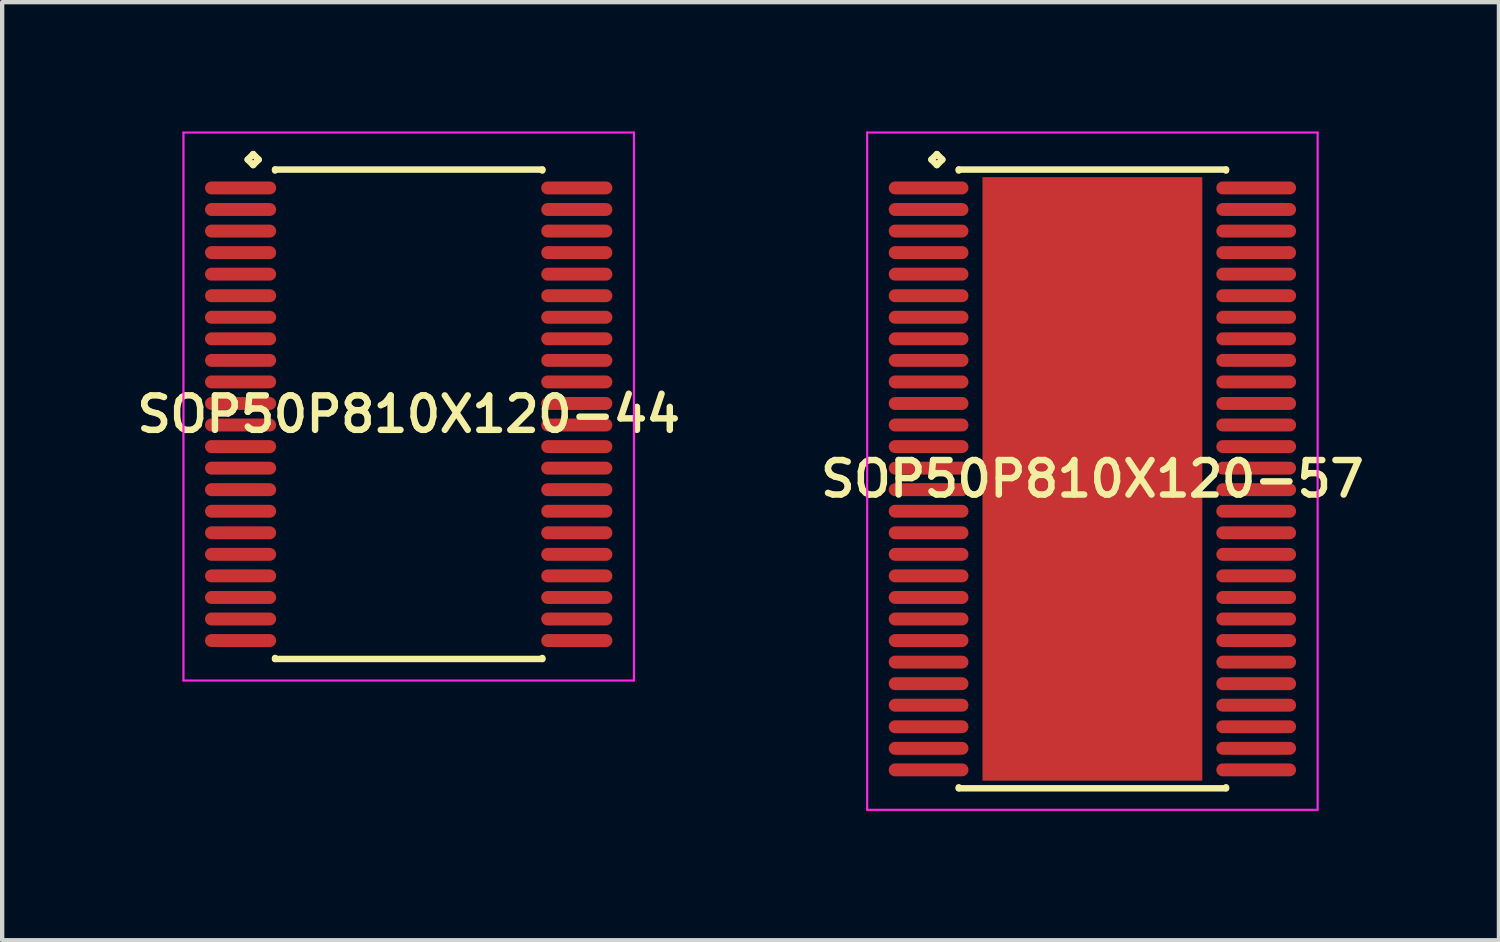
<source format=kicad_pcb>
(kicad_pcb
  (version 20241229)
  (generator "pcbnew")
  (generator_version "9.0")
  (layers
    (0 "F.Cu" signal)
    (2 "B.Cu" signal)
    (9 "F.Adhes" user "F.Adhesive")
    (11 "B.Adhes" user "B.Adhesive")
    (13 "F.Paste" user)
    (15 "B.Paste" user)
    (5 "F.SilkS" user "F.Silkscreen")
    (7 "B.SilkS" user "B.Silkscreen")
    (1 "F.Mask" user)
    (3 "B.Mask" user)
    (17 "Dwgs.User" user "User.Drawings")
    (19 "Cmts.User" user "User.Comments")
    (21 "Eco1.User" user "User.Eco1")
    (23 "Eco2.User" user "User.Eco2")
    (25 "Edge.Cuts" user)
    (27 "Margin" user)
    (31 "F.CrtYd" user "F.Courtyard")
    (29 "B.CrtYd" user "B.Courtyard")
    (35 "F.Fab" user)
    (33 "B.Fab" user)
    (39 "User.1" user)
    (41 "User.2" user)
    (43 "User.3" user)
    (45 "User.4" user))
  (footprint "SOP50P810X120-44"
    (layer "F.Cu")
    (at 6.431 6.56)
    (property "Reference" "SOP50P810X120-44" (at 0 0 0) (layer "F.SilkS") (effects (font (size 0.8 0.8) (thickness 0.15))))
    (attr smd)
    (fp_line (start -3.735 -5.908) (end -3.608 -6.035) (stroke (width 0.15) (type solid)) (layer "F.SilkS"))
    (fp_line (start -3.608 -6.035) (end -3.481 -5.908) (stroke (width 0.15) (type solid)) (layer "F.SilkS"))
    (fp_line (start -3.608 -5.781) (end -3.735 -5.908) (stroke (width 0.15) (type solid)) (layer "F.SilkS"))
    (fp_line (start -3.481 -5.908) (end -3.608 -5.781) (stroke (width 0.15) (type solid)) (layer "F.SilkS"))
    (fp_line (start -3.1 -5.677) (end 3.1 -5.677) (stroke (width 0.15) (type solid)) (layer "F.SilkS"))
    (fp_line (start -3.1 -5.654) (end -3.1 -5.677) (stroke (width 0.15) (type solid)) (layer "F.SilkS"))
    (fp_line (start -3.1 5.654) (end -3.1 5.677) (stroke (width 0.15) (type solid)) (layer "F.SilkS"))
    (fp_line (start -3.1 5.677) (end 3.1 5.677) (stroke (width 0.15) (type solid)) (layer "F.SilkS"))
    (fp_line (start 3.1 -5.677) (end 3.1 -5.654) (stroke (width 0.15) (type solid)) (layer "F.SilkS"))
    (fp_line (start 3.1 5.677) (end 3.1 5.654) (stroke (width 0.15) (type solid)) (layer "F.SilkS"))
    (fp_line (start -5.225 -6.535) (end 5.225 -6.535) (stroke (width 0.05) (type solid)) (layer "F.CrtYd"))
    (fp_line (start -5.225 6.177) (end -5.225 -6.535) (stroke (width 0.05) (type solid)) (layer "F.CrtYd"))
    (fp_line (start 5.225 -6.535) (end 5.225 6.177) (stroke (width 0.05) (type solid)) (layer "F.CrtYd"))
    (fp_line (start 5.225 6.177) (end -5.225 6.177) (stroke (width 0.05) (type solid)) (layer "F.CrtYd"))
    (pad "1" smd oval (at -3.9 -5.25) (size 1.65 0.3) (layers "F.Cu" "F.Mask" "F.Paste"))
    (pad "2" smd oval (at -3.9 -4.75) (size 1.65 0.3) (layers "F.Cu" "F.Mask" "F.Paste"))
    (pad "3" smd oval (at -3.9 -4.25) (size 1.65 0.3) (layers "F.Cu" "F.Mask" "F.Paste"))
    (pad "4" smd oval (at -3.9 -3.75) (size 1.65 0.3) (layers "F.Cu" "F.Mask" "F.Paste"))
    (pad "5" smd oval (at -3.9 -3.25) (size 1.65 0.3) (layers "F.Cu" "F.Mask" "F.Paste"))
    (pad "6" smd oval (at -3.9 -2.75) (size 1.65 0.3) (layers "F.Cu" "F.Mask" "F.Paste"))
    (pad "7" smd oval (at -3.9 -2.25) (size 1.65 0.3) (layers "F.Cu" "F.Mask" "F.Paste"))
    (pad "8" smd oval (at -3.9 -1.75) (size 1.65 0.3) (layers "F.Cu" "F.Mask" "F.Paste"))
    (pad "9" smd oval (at -3.9 -1.25) (size 1.65 0.3) (layers "F.Cu" "F.Mask" "F.Paste"))
    (pad "10" smd oval (at -3.9 -0.75) (size 1.65 0.3) (layers "F.Cu" "F.Mask" "F.Paste"))
    (pad "11" smd oval (at -3.9 -0.25) (size 1.65 0.3) (layers "F.Cu" "F.Mask" "F.Paste"))
    (pad "12" smd oval (at -3.9 0.25) (size 1.65 0.3) (layers "F.Cu" "F.Mask" "F.Paste"))
    (pad "13" smd oval (at -3.9 0.75) (size 1.65 0.3) (layers "F.Cu" "F.Mask" "F.Paste"))
    (pad "14" smd oval (at -3.9 1.25) (size 1.65 0.3) (layers "F.Cu" "F.Mask" "F.Paste"))
    (pad "15" smd oval (at -3.9 1.75) (size 1.65 0.3) (layers "F.Cu" "F.Mask" "F.Paste"))
    (pad "16" smd oval (at -3.9 2.25) (size 1.65 0.3) (layers "F.Cu" "F.Mask" "F.Paste"))
    (pad "17" smd oval (at -3.9 2.75) (size 1.65 0.3) (layers "F.Cu" "F.Mask" "F.Paste"))
    (pad "18" smd oval (at -3.9 3.25) (size 1.65 0.3) (layers "F.Cu" "F.Mask" "F.Paste"))
    (pad "19" smd oval (at -3.9 3.75) (size 1.65 0.3) (layers "F.Cu" "F.Mask" "F.Paste"))
    (pad "20" smd oval (at -3.9 4.25) (size 1.65 0.3) (layers "F.Cu" "F.Mask" "F.Paste"))
    (pad "21" smd oval (at -3.9 4.75) (size 1.65 0.3) (layers "F.Cu" "F.Mask" "F.Paste"))
    (pad "22" smd oval (at -3.9 5.25) (size 1.65 0.3) (layers "F.Cu" "F.Mask" "F.Paste"))
    (pad "23" smd oval (at 3.9 5.25) (size 1.65 0.3) (layers "F.Cu" "F.Mask" "F.Paste"))
    (pad "24" smd oval (at 3.9 4.75) (size 1.65 0.3) (layers "F.Cu" "F.Mask" "F.Paste"))
    (pad "25" smd oval (at 3.9 4.25) (size 1.65 0.3) (layers "F.Cu" "F.Mask" "F.Paste"))
    (pad "26" smd oval (at 3.9 3.75) (size 1.65 0.3) (layers "F.Cu" "F.Mask" "F.Paste"))
    (pad "27" smd oval (at 3.9 3.25) (size 1.65 0.3) (layers "F.Cu" "F.Mask" "F.Paste"))
    (pad "28" smd oval (at 3.9 2.75) (size 1.65 0.3) (layers "F.Cu" "F.Mask" "F.Paste"))
    (pad "29" smd oval (at 3.9 2.25) (size 1.65 0.3) (layers "F.Cu" "F.Mask" "F.Paste"))
    (pad "30" smd oval (at 3.9 1.75) (size 1.65 0.3) (layers "F.Cu" "F.Mask" "F.Paste"))
    (pad "31" smd oval (at 3.9 1.25) (size 1.65 0.3) (layers "F.Cu" "F.Mask" "F.Paste"))
    (pad "32" smd oval (at 3.9 0.75) (size 1.65 0.3) (layers "F.Cu" "F.Mask" "F.Paste"))
    (pad "33" smd oval (at 3.9 0.25) (size 1.65 0.3) (layers "F.Cu" "F.Mask" "F.Paste"))
    (pad "34" smd oval (at 3.9 -0.25) (size 1.65 0.3) (layers "F.Cu" "F.Mask" "F.Paste"))
    (pad "35" smd oval (at 3.9 -0.75) (size 1.65 0.3) (layers "F.Cu" "F.Mask" "F.Paste"))
    (pad "36" smd oval (at 3.9 -1.25) (size 1.65 0.3) (layers "F.Cu" "F.Mask" "F.Paste"))
    (pad "37" smd oval (at 3.9 -1.75) (size 1.65 0.3) (layers "F.Cu" "F.Mask" "F.Paste"))
    (pad "38" smd oval (at 3.9 -2.25) (size 1.65 0.3) (layers "F.Cu" "F.Mask" "F.Paste"))
    (pad "39" smd oval (at 3.9 -2.75) (size 1.65 0.3) (layers "F.Cu" "F.Mask" "F.Paste"))
    (pad "40" smd oval (at 3.9 -3.25) (size 1.65 0.3) (layers "F.Cu" "F.Mask" "F.Paste"))
    (pad "41" smd oval (at 3.9 -3.75) (size 1.65 0.3) (layers "F.Cu" "F.Mask" "F.Paste"))
    (pad "42" smd oval (at 3.9 -4.25) (size 1.65 0.3) (layers "F.Cu" "F.Mask" "F.Paste"))
    (pad "43" smd oval (at 3.9 -4.75) (size 1.65 0.3) (layers "F.Cu" "F.Mask" "F.Paste"))
    (pad "44" smd oval (at 3.9 -5.25) (size 1.65 0.3) (layers "F.Cu" "F.Mask" "F.Paste")))
  (footprint "SOP50P810X120-57"
    (layer "F.Cu")
    (at 22.292 8.06)
    (property "Reference" "SOP50P810X120-57" (at 0 0 0) (layer "F.SilkS") (effects (font (size 0.8 0.8) (thickness 0.15))))
    (attr smd)
    (fp_line (start -3.735 -7.408) (end -3.608 -7.535) (stroke (width 0.15) (type solid)) (layer "F.SilkS"))
    (fp_line (start -3.608 -7.535) (end -3.481 -7.408) (stroke (width 0.15) (type solid)) (layer "F.SilkS"))
    (fp_line (start -3.608 -7.281) (end -3.735 -7.408) (stroke (width 0.15) (type solid)) (layer "F.SilkS"))
    (fp_line (start -3.481 -7.408) (end -3.608 -7.281) (stroke (width 0.15) (type solid)) (layer "F.SilkS"))
    (fp_line (start -3.1 -7.177) (end 3.1 -7.177) (stroke (width 0.15) (type solid)) (layer "F.SilkS"))
    (fp_line (start -3.1 -7.154) (end -3.1 -7.177) (stroke (width 0.15) (type solid)) (layer "F.SilkS"))
    (fp_line (start -3.1 7.154) (end -3.1 7.177) (stroke (width 0.15) (type solid)) (layer "F.SilkS"))
    (fp_line (start -3.1 7.177) (end 3.1 7.177) (stroke (width 0.15) (type solid)) (layer "F.SilkS"))
    (fp_line (start 3.1 -7.177) (end 3.1 -7.154) (stroke (width 0.15) (type solid)) (layer "F.SilkS"))
    (fp_line (start 3.1 7.177) (end 3.1 7.154) (stroke (width 0.15) (type solid)) (layer "F.SilkS"))
    (fp_line (start -5.225 -8.035) (end 5.225 -8.035) (stroke (width 0.05) (type solid)) (layer "F.CrtYd"))
    (fp_line (start -5.225 7.677) (end -5.225 -8.035) (stroke (width 0.05) (type solid)) (layer "F.CrtYd"))
    (fp_line (start 5.225 -8.035) (end 5.225 7.677) (stroke (width 0.05) (type solid)) (layer "F.CrtYd"))
    (fp_line (start 5.225 7.677) (end -5.225 7.677) (stroke (width 0.05) (type solid)) (layer "F.CrtYd"))
    (pad "1" smd oval (at -3.8 -6.75) (size 1.85 0.3) (layers "F.Cu" "F.Mask" "F.Paste"))
    (pad "2" smd oval (at -3.8 -6.25) (size 1.85 0.3) (layers "F.Cu" "F.Mask" "F.Paste"))
    (pad "3" smd oval (at -3.8 -5.75) (size 1.85 0.3) (layers "F.Cu" "F.Mask" "F.Paste"))
    (pad "4" smd oval (at -3.8 -5.25) (size 1.85 0.3) (layers "F.Cu" "F.Mask" "F.Paste"))
    (pad "5" smd oval (at -3.8 -4.75) (size 1.85 0.3) (layers "F.Cu" "F.Mask" "F.Paste"))
    (pad "6" smd oval (at -3.8 -4.25) (size 1.85 0.3) (layers "F.Cu" "F.Mask" "F.Paste"))
    (pad "7" smd oval (at -3.8 -3.75) (size 1.85 0.3) (layers "F.Cu" "F.Mask" "F.Paste"))
    (pad "8" smd oval (at -3.8 -3.25) (size 1.85 0.3) (layers "F.Cu" "F.Mask" "F.Paste"))
    (pad "9" smd oval (at -3.8 -2.75) (size 1.85 0.3) (layers "F.Cu" "F.Mask" "F.Paste"))
    (pad "10" smd oval (at -3.8 -2.25) (size 1.85 0.3) (layers "F.Cu" "F.Mask" "F.Paste"))
    (pad "11" smd oval (at -3.8 -1.75) (size 1.85 0.3) (layers "F.Cu" "F.Mask" "F.Paste"))
    (pad "12" smd oval (at -3.8 -1.25) (size 1.85 0.3) (layers "F.Cu" "F.Mask" "F.Paste"))
    (pad "13" smd oval (at -3.8 -0.75) (size 1.85 0.3) (layers "F.Cu" "F.Mask" "F.Paste"))
    (pad "14" smd oval (at -3.8 -0.25) (size 1.85 0.3) (layers "F.Cu" "F.Mask" "F.Paste"))
    (pad "15" smd oval (at -3.8 0.25) (size 1.85 0.3) (layers "F.Cu" "F.Mask" "F.Paste"))
    (pad "16" smd oval (at -3.8 0.75) (size 1.85 0.3) (layers "F.Cu" "F.Mask" "F.Paste"))
    (pad "17" smd oval (at -3.8 1.25) (size 1.85 0.3) (layers "F.Cu" "F.Mask" "F.Paste"))
    (pad "18" smd oval (at -3.8 1.75) (size 1.85 0.3) (layers "F.Cu" "F.Mask" "F.Paste"))
    (pad "19" smd oval (at -3.8 2.25) (size 1.85 0.3) (layers "F.Cu" "F.Mask" "F.Paste"))
    (pad "20" smd oval (at -3.8 2.75) (size 1.85 0.3) (layers "F.Cu" "F.Mask" "F.Paste"))
    (pad "21" smd oval (at -3.8 3.25) (size 1.85 0.3) (layers "F.Cu" "F.Mask" "F.Paste"))
    (pad "22" smd oval (at -3.8 3.75) (size 1.85 0.3) (layers "F.Cu" "F.Mask" "F.Paste"))
    (pad "23" smd oval (at -3.8 4.25) (size 1.85 0.3) (layers "F.Cu" "F.Mask" "F.Paste"))
    (pad "24" smd oval (at -3.8 4.75) (size 1.85 0.3) (layers "F.Cu" "F.Mask" "F.Paste"))
    (pad "25" smd oval (at -3.8 5.25) (size 1.85 0.3) (layers "F.Cu" "F.Mask" "F.Paste"))
    (pad "26" smd oval (at -3.8 5.75) (size 1.85 0.3) (layers "F.Cu" "F.Mask" "F.Paste"))
    (pad "27" smd oval (at -3.8 6.25) (size 1.85 0.3) (layers "F.Cu" "F.Mask" "F.Paste"))
    (pad "28" smd oval (at -3.8 6.75) (size 1.85 0.3) (layers "F.Cu" "F.Mask" "F.Paste"))
    (pad "29" smd oval (at 3.8 6.75) (size 1.85 0.3) (layers "F.Cu" "F.Mask" "F.Paste"))
    (pad "30" smd oval (at 3.8 6.25) (size 1.85 0.3) (layers "F.Cu" "F.Mask" "F.Paste"))
    (pad "31" smd oval (at 3.8 5.75) (size 1.85 0.3) (layers "F.Cu" "F.Mask" "F.Paste"))
    (pad "32" smd oval (at 3.8 5.25) (size 1.85 0.3) (layers "F.Cu" "F.Mask" "F.Paste"))
    (pad "33" smd oval (at 3.8 4.75) (size 1.85 0.3) (layers "F.Cu" "F.Mask" "F.Paste"))
    (pad "34" smd oval (at 3.8 4.25) (size 1.85 0.3) (layers "F.Cu" "F.Mask" "F.Paste"))
    (pad "35" smd oval (at 3.8 3.75) (size 1.85 0.3) (layers "F.Cu" "F.Mask" "F.Paste"))
    (pad "36" smd oval (at 3.8 3.25) (size 1.85 0.3) (layers "F.Cu" "F.Mask" "F.Paste"))
    (pad "37" smd oval (at 3.8 2.75) (size 1.85 0.3) (layers "F.Cu" "F.Mask" "F.Paste"))
    (pad "38" smd oval (at 3.8 2.25) (size 1.85 0.3) (layers "F.Cu" "F.Mask" "F.Paste"))
    (pad "39" smd oval (at 3.8 1.75) (size 1.85 0.3) (layers "F.Cu" "F.Mask" "F.Paste"))
    (pad "40" smd oval (at 3.8 1.25) (size 1.85 0.3) (layers "F.Cu" "F.Mask" "F.Paste"))
    (pad "41" smd oval (at 3.8 0.75) (size 1.85 0.3) (layers "F.Cu" "F.Mask" "F.Paste"))
    (pad "42" smd oval (at 3.8 0.25) (size 1.85 0.3) (layers "F.Cu" "F.Mask" "F.Paste"))
    (pad "43" smd oval (at 3.8 -0.25) (size 1.85 0.3) (layers "F.Cu" "F.Mask" "F.Paste"))
    (pad "44" smd oval (at 3.8 -0.75) (size 1.85 0.3) (layers "F.Cu" "F.Mask" "F.Paste"))
    (pad "45" smd oval (at 3.8 -1.25) (size 1.85 0.3) (layers "F.Cu" "F.Mask" "F.Paste"))
    (pad "46" smd oval (at 3.8 -1.75) (size 1.85 0.3) (layers "F.Cu" "F.Mask" "F.Paste"))
    (pad "47" smd oval (at 3.8 -2.25) (size 1.85 0.3) (layers "F.Cu" "F.Mask" "F.Paste"))
    (pad "48" smd oval (at 3.8 -2.75) (size 1.85 0.3) (layers "F.Cu" "F.Mask" "F.Paste"))
    (pad "49" smd oval (at 3.8 -3.25) (size 1.85 0.3) (layers "F.Cu" "F.Mask" "F.Paste"))
    (pad "50" smd oval (at 3.8 -3.75) (size 1.85 0.3) (layers "F.Cu" "F.Mask" "F.Paste"))
    (pad "51" smd oval (at 3.8 -4.25) (size 1.85 0.3) (layers "F.Cu" "F.Mask" "F.Paste"))
    (pad "52" smd oval (at 3.8 -4.75) (size 1.85 0.3) (layers "F.Cu" "F.Mask" "F.Paste"))
    (pad "53" smd oval (at 3.8 -5.25) (size 1.85 0.3) (layers "F.Cu" "F.Mask" "F.Paste"))
    (pad "54" smd oval (at 3.8 -5.75) (size 1.85 0.3) (layers "F.Cu" "F.Mask" "F.Paste"))
    (pad "55" smd oval (at 3.8 -6.25) (size 1.85 0.3) (layers "F.Cu" "F.Mask" "F.Paste"))
    (pad "56" smd oval (at 3.8 -6.75) (size 1.85 0.3) (layers "F.Cu" "F.Mask" "F.Paste"))
    (pad "57" smd rect (at 0 0) (size 5.1 14) (layers "F.Cu" "F.Mask" "F.Paste")))
  (gr_rect
    (start -3 -3)
    (end 31.723 18.762)
    (stroke (width 0.1) (type default))
    (fill no)
    (layer "Edge.Cuts")))
</source>
